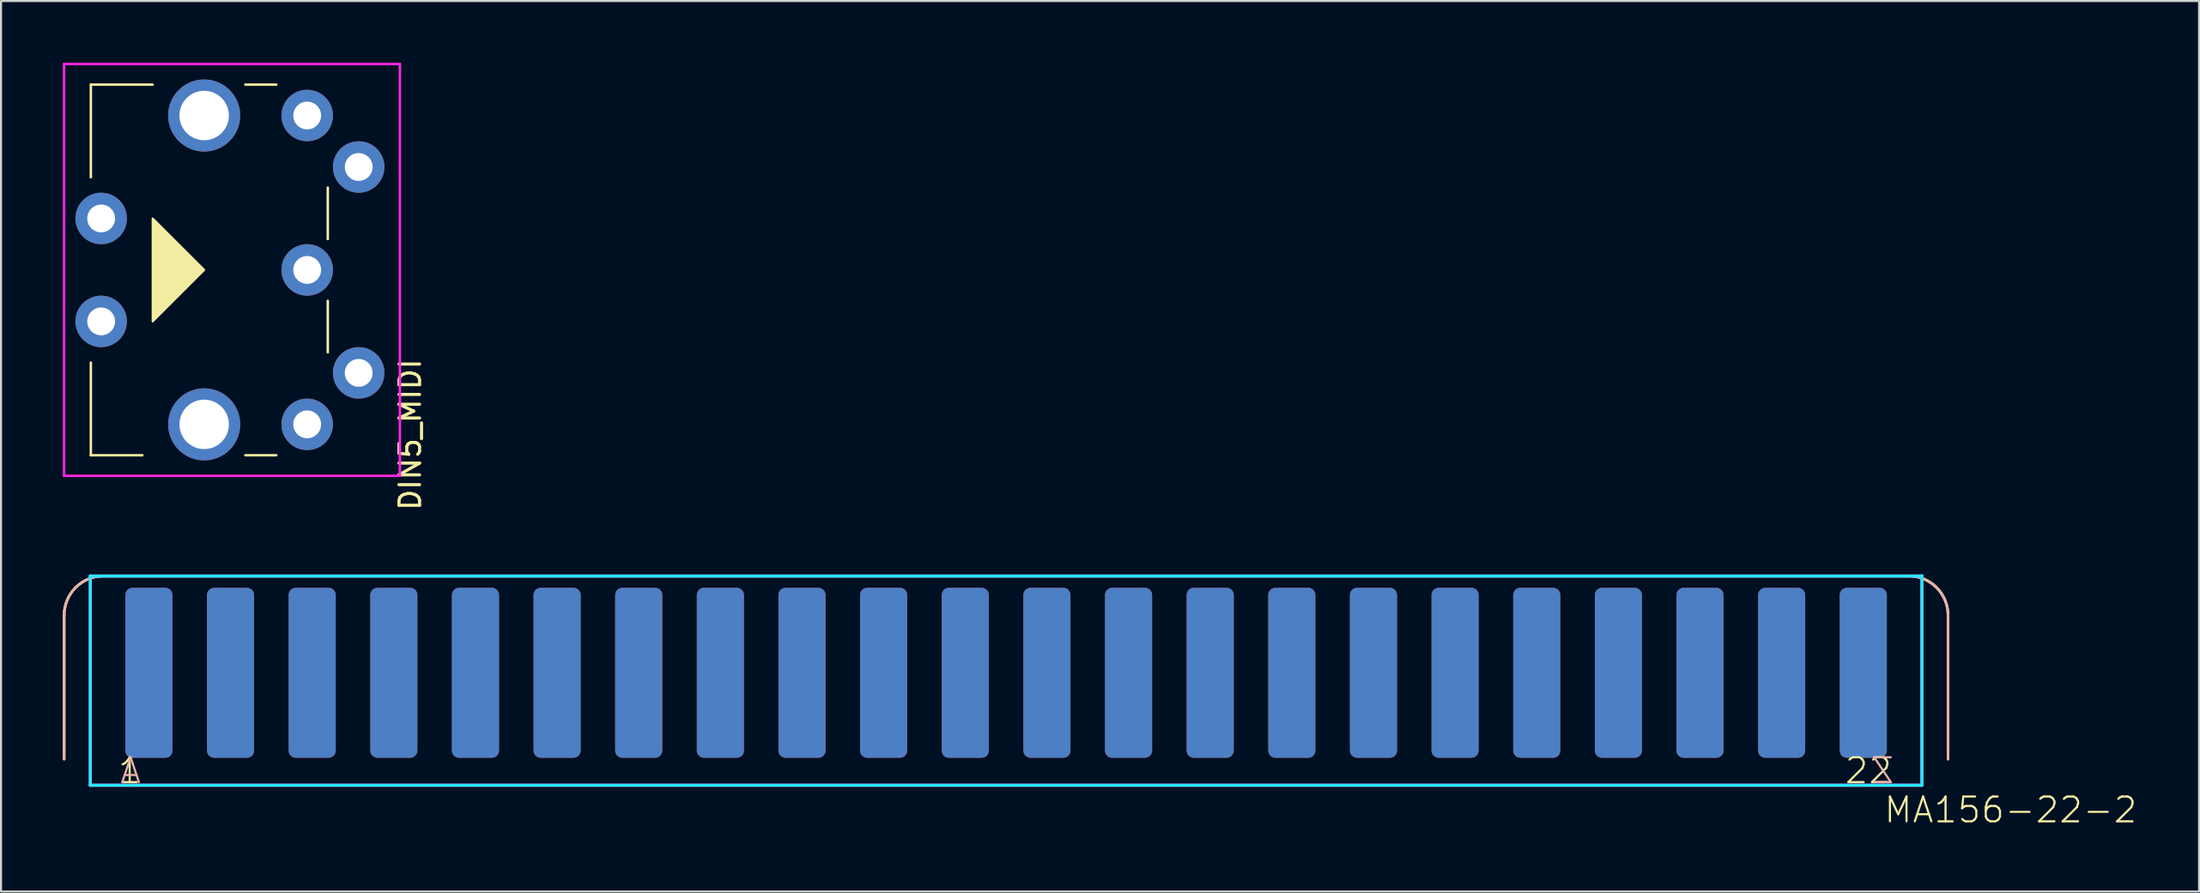
<source format=kicad_pcb>
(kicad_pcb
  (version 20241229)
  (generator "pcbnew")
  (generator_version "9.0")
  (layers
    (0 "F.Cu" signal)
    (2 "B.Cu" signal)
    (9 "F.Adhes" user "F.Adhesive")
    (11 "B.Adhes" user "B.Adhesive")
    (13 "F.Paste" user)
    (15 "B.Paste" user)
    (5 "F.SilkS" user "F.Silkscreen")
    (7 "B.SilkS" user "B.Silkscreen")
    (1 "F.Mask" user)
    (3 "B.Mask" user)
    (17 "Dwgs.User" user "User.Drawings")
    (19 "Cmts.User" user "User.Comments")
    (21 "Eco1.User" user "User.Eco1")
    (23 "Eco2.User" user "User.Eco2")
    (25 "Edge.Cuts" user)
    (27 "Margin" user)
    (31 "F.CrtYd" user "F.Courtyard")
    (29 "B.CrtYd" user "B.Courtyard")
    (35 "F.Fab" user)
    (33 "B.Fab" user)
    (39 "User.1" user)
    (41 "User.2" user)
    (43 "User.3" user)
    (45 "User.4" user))
  (footprint "DIN5_MIDI"
    (layer "F.Cu")
    (at 11.86 10.06)
    (property "Reference" "DIN5_MIDI" (at 5 8 90) (layer "F.SilkS") (effects (font (size 1 1) (thickness 0.15))))
    (attr through_hole)
    (fp_line (start -10.5 -9) (end -10.5 -4.5) (stroke (width 0.12) (type solid)) (layer "F.SilkS"))
    (fp_line (start -10.5 9) (end -10.5 4.5) (stroke (width 0.12) (type solid)) (layer "F.SilkS"))
    (fp_line (start -10.5 9) (end -8 9) (stroke (width 0.12) (type solid)) (layer "F.SilkS"))
    (fp_line (start -10 -9) (end -10.5 -9) (stroke (width 0.12) (type solid)) (layer "F.SilkS"))
    (fp_line (start -10 -9) (end -7.5 -9) (stroke (width 0.12) (type solid)) (layer "F.SilkS"))
    (fp_line (start -3 -9) (end -1.5 -9) (stroke (width 0.12) (type solid)) (layer "F.SilkS"))
    (fp_line (start -3 9) (end -1.5 9) (stroke (width 0.12) (type solid)) (layer "F.SilkS"))
    (fp_line (start 1 -4) (end 1 -1.5) (stroke (width 0.12) (type solid)) (layer "F.SilkS"))
    (fp_line (start 1 1.5) (end 1 4) (stroke (width 0.12) (type solid)) (layer "F.SilkS"))
    (fp_poly (pts (xy -5 0) (xy -7.5 2.5) (xy -7.5 -2.5)) (stroke (width 0.1) (type solid)) (fill yes) (layer "F.SilkS"))
    (fp_line (start -11.8 0) (end -11.8 -10) (stroke (width 0.12) (type solid)) (layer "F.CrtYd"))
    (fp_line (start -11.8 0) (end -11.8 10) (stroke (width 0.12) (type solid)) (layer "F.CrtYd"))
    (fp_line (start -11.8 10) (end 4.5 10) (stroke (width 0.12) (type solid)) (layer "F.CrtYd"))
    (fp_line (start 4.5 -10) (end -11.8 -10) (stroke (width 0.12) (type solid)) (layer "F.CrtYd"))
    (fp_line (start 4.5 10) (end 4.5 -10) (stroke (width 0.12) (type solid)) (layer "F.CrtYd"))
    (pad "" thru_hole circle (at -5 -7.5) (size 3.5 3.5) (drill 2.4) (layers "*.Cu" "*.Mask"))
    (pad "" thru_hole circle (at -5 7.5) (size 3.5 3.5) (drill 2.4) (layers "*.Cu" "*.Mask"))
    (pad "1" thru_hole circle (at 0 7.5) (size 2.5 2.5) (drill 1.35) (layers "*.Cu" "*.Mask"))
    (pad "2" thru_hole circle (at 0 0) (size 2.5 2.5) (drill 1.35) (layers "*.Cu" "*.Mask"))
    (pad "3" thru_hole circle (at 0 -7.5) (size 2.5 2.5) (drill 1.35) (layers "*.Cu" "*.Mask"))
    (pad "4" thru_hole circle (at 2.5 5) (size 2.5 2.5) (drill 1.35) (layers "*.Cu" "*.Mask"))
    (pad "5" thru_hole circle (at 2.5 -5) (size 2.5 2.5) (drill 1.35) (layers "*.Cu" "*.Mask"))
    (pad "G" thru_hole circle (at -10 -2.5) (size 2.5 2.5) (drill 1.35) (layers "*.Cu" "*.Mask"))
    (pad "G" thru_hole circle (at -10 2.5) (size 2.5 2.5) (drill 1.35) (layers "*.Cu" "*.Mask")))
  (footprint "MA156-22-2"
    (layer "F.Cu")
    (at 35.623 36.357)
    (property "Reference" "MA156-22-2" (at 52.705 0.635 180) (layer "F.SilkS") (effects (font (size 1.206 1.206) (thickness 0.102)) (justify left bottom)))
    (attr through_hole)
    (fp_line (start -35.56 -9.525) (end -35.56 -2.54) (stroke (width 0.127) (type solid)) (layer "F.SilkS"))
    (fp_line (start 53.975 -11.43) (end -33.655 -11.43) (stroke (width 0.127) (type solid)) (layer "F.SilkS"))
    (fp_line (start 55.88 -9.525) (end 55.88 -2.54) (stroke (width 0.127) (type solid)) (layer "F.SilkS"))
    (fp_arc (start -35.56 -9.525) (mid -35.002038 -10.872038) (end -33.655 -11.43) (stroke (width 0.127) (type solid)) (layer "F.SilkS"))
    (fp_arc (start 53.975 -11.43) (mid 55.322038 -10.872038) (end 55.88 -9.525) (stroke (width 0.127) (type solid)) (layer "F.SilkS"))
    (fp_line (start -35.56 -9.525) (end -35.56 -2.54) (stroke (width 0.127) (type solid)) (layer "B.SilkS"))
    (fp_line (start 53.975 -11.43) (end -33.655 -11.43) (stroke (width 0.127) (type solid)) (layer "B.SilkS"))
    (fp_line (start 55.88 -2.54) (end 55.88 -9.525) (stroke (width 0.127) (type solid)) (layer "B.SilkS"))
    (fp_arc (start -35.56 -9.525) (mid -35.002038 -10.872038) (end -33.655 -11.43) (stroke (width 0.127) (type solid)) (layer "B.SilkS"))
    (fp_arc (start 53.975 -11.43) (mid 55.322038 -10.872038) (end 55.88 -9.525) (stroke (width 0.127) (type solid)) (layer "B.SilkS"))
    (fp_line (start -34.29 -11.43) (end 54.61 -11.43) (stroke (width 0.15) (type solid)) (layer "B.CrtYd"))
    (fp_line (start -34.29 -1.27) (end -34.29 -11.43) (stroke (width 0.15) (type solid)) (layer "B.CrtYd"))
    (fp_line (start 54.61 -11.43) (end 54.61 -1.27) (stroke (width 0.15) (type solid)) (layer "B.CrtYd"))
    (fp_line (start 54.61 -1.27) (end -34.29 -1.27) (stroke (width 0.15) (type solid)) (layer "B.CrtYd"))
    (fp_line (start -34.29 -11.43) (end 54.61 -11.43) (stroke (width 0.15) (type solid)) (layer "F.CrtYd"))
    (fp_line (start -34.29 -1.27) (end -34.29 -11.43) (stroke (width 0.15) (type solid)) (layer "F.CrtYd"))
    (fp_line (start 54.61 -11.43) (end 54.61 -1.27) (stroke (width 0.15) (type solid)) (layer "F.CrtYd"))
    (fp_line (start 54.61 -1.27) (end -34.29 -1.27) (stroke (width 0.15) (type solid)) (layer "F.CrtYd"))
    (fp_text user "1" (at -33.02 -1.27 180) (layer "F.SilkS") (effects (font (size 1.206 1.206) (thickness 0.102)) (justify left bottom)))
    (fp_text user "22" (at 50.8 -1.27 180) (layer "F.SilkS") (effects (font (size 1.206 1.206) (thickness 0.102)) (justify left bottom)))
    (fp_text user "A" (at -31.75 -1.27 180) (layer "B.SilkS") (effects (font (size 1.206 1.206) (thickness 0.102)) (justify left bottom mirror)))
    (fp_text user "Z" (at 53.34 -1.27 180) (layer "B.SilkS") (effects (font (size 1.206 1.206) (thickness 0.102)) (justify left bottom mirror)))
    (pad "1" smd roundrect (at -31.445 -6.731) (size 2.286 8.255) (layers "F.Cu" "F.Mask" "F.Paste") (roundrect_rratio 0.15))
    (pad "2" smd roundrect (at -27.483 -6.731) (size 2.286 8.255) (layers "F.Cu" "F.Mask" "F.Paste") (roundrect_rratio 0.15))
    (pad "3" smd roundrect (at -23.52 -6.731) (size 2.286 8.255) (layers "F.Cu" "F.Mask" "F.Paste") (roundrect_rratio 0.15))
    (pad "4" smd roundrect (at -19.558 -6.731) (size 2.286 8.255) (layers "F.Cu" "F.Mask" "F.Paste") (roundrect_rratio 0.15))
    (pad "5" smd roundrect (at -15.596 -6.731) (size 2.286 8.255) (layers "F.Cu" "F.Mask" "F.Paste") (roundrect_rratio 0.15))
    (pad "6" smd roundrect (at -11.633 -6.731) (size 2.286 8.255) (layers "F.Cu" "F.Mask" "F.Paste") (roundrect_rratio 0.15))
    (pad "7" smd roundrect (at -7.671 -6.731) (size 2.286 8.255) (layers "F.Cu" "F.Mask" "F.Paste") (roundrect_rratio 0.15))
    (pad "8" smd roundrect (at -3.708 -6.731) (size 2.286 8.255) (layers "F.Cu" "F.Mask" "F.Paste") (roundrect_rratio 0.15))
    (pad "9" smd roundrect (at 0.254 -6.731) (size 2.286 8.255) (layers "F.Cu" "F.Mask" "F.Paste") (roundrect_rratio 0.15))
    (pad "10" smd roundrect (at 4.216 -6.731) (size 2.286 8.255) (layers "F.Cu" "F.Mask" "F.Paste") (roundrect_rratio 0.15))
    (pad "11" smd roundrect (at 8.179 -6.731) (size 2.286 8.255) (layers "F.Cu" "F.Mask" "F.Paste") (roundrect_rratio 0.15))
    (pad "12" smd roundrect (at 12.141 -6.731) (size 2.286 8.255) (layers "F.Cu" "F.Mask" "F.Paste") (roundrect_rratio 0.15))
    (pad "13" smd roundrect (at 16.104 -6.731) (size 2.286 8.255) (layers "F.Cu" "F.Mask" "F.Paste") (roundrect_rratio 0.15))
    (pad "14" smd roundrect (at 20.066 -6.731) (size 2.286 8.255) (layers "F.Cu" "F.Mask" "F.Paste") (roundrect_rratio 0.15))
    (pad "15" smd roundrect (at 24.028 -6.731) (size 2.286 8.255) (layers "F.Cu" "F.Mask" "F.Paste") (roundrect_rratio 0.15))
    (pad "16" smd roundrect (at 27.991 -6.731) (size 2.286 8.255) (layers "F.Cu" "F.Mask" "F.Paste") (roundrect_rratio 0.15))
    (pad "17" smd roundrect (at 31.953 -6.731) (size 2.286 8.255) (layers "F.Cu" "F.Mask" "F.Paste") (roundrect_rratio 0.15))
    (pad "18" smd roundrect (at 35.916 -6.731) (size 2.286 8.255) (layers "F.Cu" "F.Mask" "F.Paste") (roundrect_rratio 0.15))
    (pad "19" smd roundrect (at 39.878 -6.731) (size 2.286 8.255) (layers "F.Cu" "F.Mask" "F.Paste") (roundrect_rratio 0.15))
    (pad "20" smd roundrect (at 43.84 -6.731) (size 2.286 8.255) (layers "F.Cu" "F.Mask" "F.Paste") (roundrect_rratio 0.15))
    (pad "21" smd roundrect (at 47.803 -6.731) (size 2.286 8.255) (layers "F.Cu" "F.Mask" "F.Paste") (roundrect_rratio 0.15))
    (pad "22" smd roundrect (at 51.765 -6.731) (size 2.286 8.255) (layers "F.Cu" "F.Mask" "F.Paste") (roundrect_rratio 0.15))
    (pad "A" smd roundrect (at -31.445 -6.731) (size 2.286 8.255) (layers "B.Cu" "B.Mask" "B.Paste") (roundrect_rratio 0.15))
    (pad "B" smd roundrect (at -27.483 -6.731) (size 2.286 8.255) (layers "B.Cu" "B.Mask" "B.Paste") (roundrect_rratio 0.15))
    (pad "C" smd roundrect (at -23.52 -6.731) (size 2.286 8.255) (layers "B.Cu" "B.Mask" "B.Paste") (roundrect_rratio 0.15))
    (pad "D" smd roundrect (at -19.558 -6.731) (size 2.286 8.255) (layers "B.Cu" "B.Mask" "B.Paste") (roundrect_rratio 0.15))
    (pad "E" smd roundrect (at -15.596 -6.731) (size 2.286 8.255) (layers "B.Cu" "B.Mask" "B.Paste") (roundrect_rratio 0.15))
    (pad "F" smd roundrect (at -11.633 -6.731) (size 2.286 8.255) (layers "B.Cu" "B.Mask" "B.Paste") (roundrect_rratio 0.15))
    (pad "H" smd roundrect (at -7.671 -6.731) (size 2.286 8.255) (layers "B.Cu" "B.Mask" "B.Paste") (roundrect_rratio 0.15))
    (pad "J" smd roundrect (at -3.708 -6.731) (size 2.286 8.255) (layers "B.Cu" "B.Mask" "B.Paste") (roundrect_rratio 0.15))
    (pad "K" smd roundrect (at 0.254 -6.731) (size 2.286 8.255) (layers "B.Cu" "B.Mask" "B.Paste") (roundrect_rratio 0.15))
    (pad "L" smd roundrect (at 4.216 -6.731) (size 2.286 8.255) (layers "B.Cu" "B.Mask" "B.Paste") (roundrect_rratio 0.15))
    (pad "M" smd roundrect (at 8.179 -6.731) (size 2.286 8.255) (layers "B.Cu" "B.Mask" "B.Paste") (roundrect_rratio 0.15))
    (pad "N" smd roundrect (at 12.141 -6.731) (size 2.286 8.255) (layers "B.Cu" "B.Mask" "B.Paste") (roundrect_rratio 0.15))
    (pad "P" smd roundrect (at 16.104 -6.731) (size 2.286 8.255) (layers "B.Cu" "B.Mask" "B.Paste") (roundrect_rratio 0.15))
    (pad "R" smd roundrect (at 20.066 -6.731) (size 2.286 8.255) (layers "B.Cu" "B.Mask" "B.Paste") (roundrect_rratio 0.15))
    (pad "S" smd roundrect (at 24.028 -6.731) (size 2.286 8.255) (layers "B.Cu" "B.Mask" "B.Paste") (roundrect_rratio 0.15))
    (pad "T" smd roundrect (at 27.991 -6.731) (size 2.286 8.255) (layers "B.Cu" "B.Mask" "B.Paste") (roundrect_rratio 0.15))
    (pad "U" smd roundrect (at 31.953 -6.731) (size 2.286 8.255) (layers "B.Cu" "B.Mask" "B.Paste") (roundrect_rratio 0.15))
    (pad "V" smd roundrect (at 35.916 -6.731) (size 2.286 8.255) (layers "B.Cu" "B.Mask" "B.Paste") (roundrect_rratio 0.15))
    (pad "W" smd roundrect (at 39.878 -6.731) (size 2.286 8.255) (layers "B.Cu" "B.Mask" "B.Paste") (roundrect_rratio 0.15))
    (pad "X" smd roundrect (at 43.84 -6.731) (size 2.286 8.255) (layers "B.Cu" "B.Mask" "B.Paste") (roundrect_rratio 0.15))
    (pad "Y" smd roundrect (at 47.803 -6.731) (size 2.286 8.255) (layers "B.Cu" "B.Mask" "B.Paste") (roundrect_rratio 0.15))
    (pad "Z" smd roundrect (at 51.765 -6.731) (size 2.286 8.255) (layers "B.Cu" "B.Mask" "B.Paste") (roundrect_rratio 0.15)))
  (gr_rect
    (start -3 -3)
    (end 103.687 40.249)
    (stroke (width 0.1) (type default))
    (fill no)
    (layer "Edge.Cuts")))
</source>
